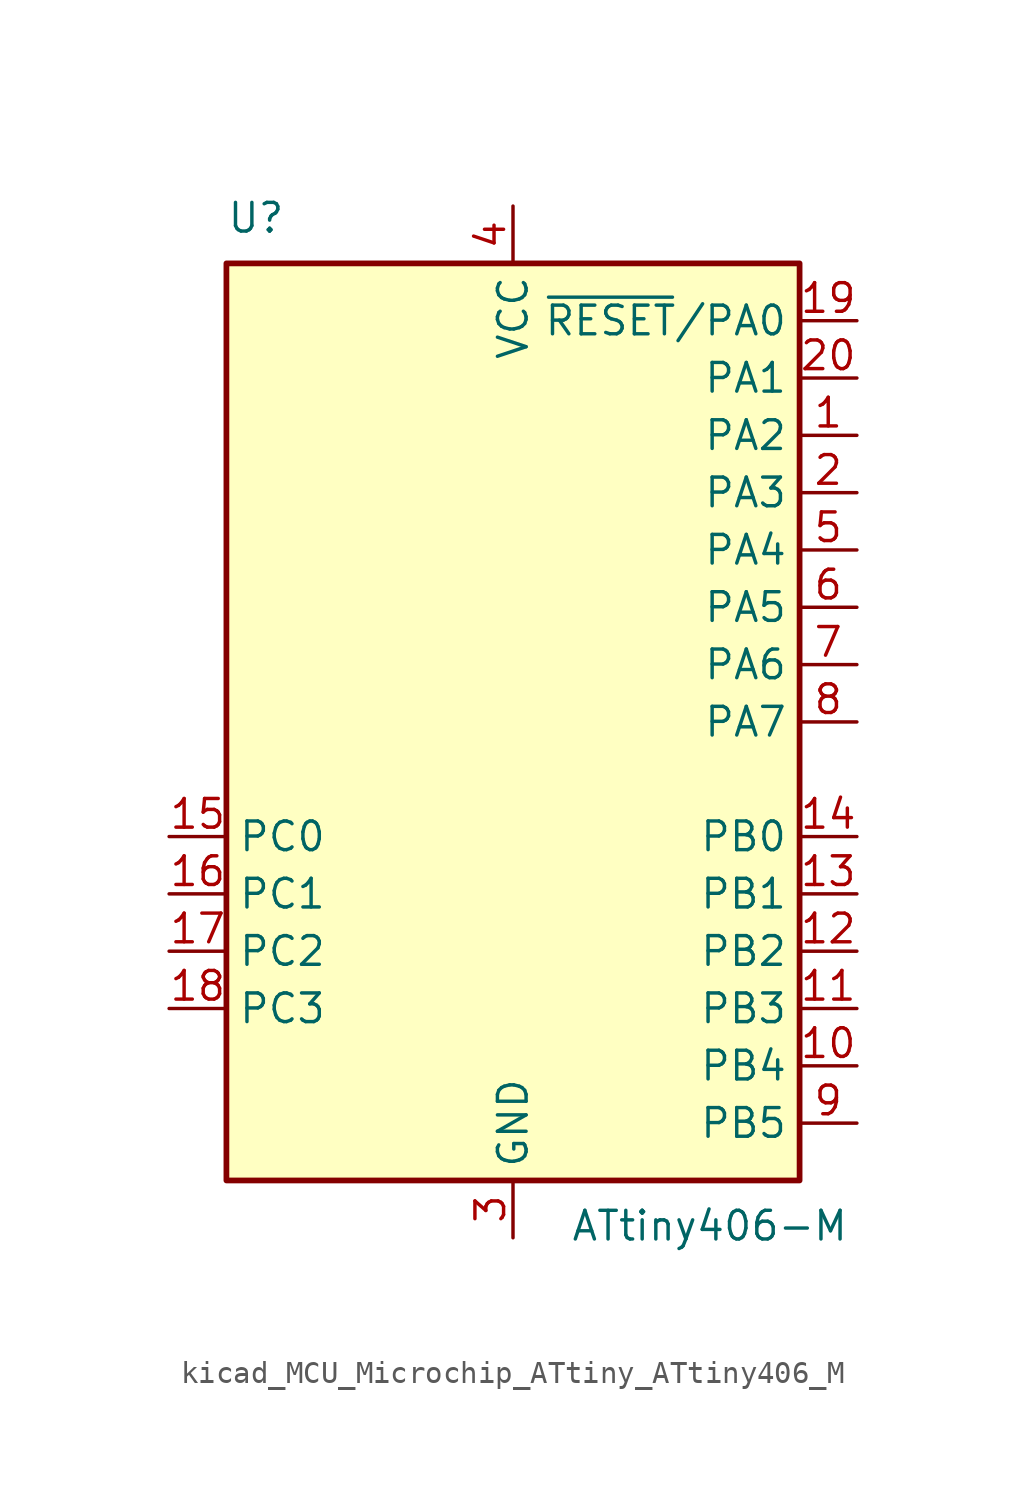
<source format=kicad_sym>
(kicad_symbol_lib
  (version 20220914)
  (generator kicad_symbol_editor)
  (symbol "kicad_MCU_Microchip_ATtiny_ATtiny406_M"
    (property "Reference" "U"
      (at -12.7 21.59 0)
      (effects (font (size 1.27 1.27)) (justify left bottom)))
    (property "Value" "ATtiny406-M"
      (at 2.54 -21.59 0)
      (effects (font (size 1.27 1.27)) (justify left top)))
    (symbol "kicad_MCU_Microchip_ATtiny_ATtiny406_M_0_1"
      (rectangle (start -12.7 -20.32) (end 12.7 20.32) (stroke (width 0.254) (type default)) (fill (type background))))
    (symbol "kicad_MCU_Microchip_ATtiny_ATtiny406_M_1_1"
      (pin bidirectional line (at 15.24 12.7 180) (length 2.54) (name "PA2" (effects (font (size 1.27 1.27)))) (number "1" (effects (font (size 1.27 1.27)))))
      (pin bidirectional line (at 15.24 -15.24 180) (length 2.54) (name "PB4" (effects (font (size 1.27 1.27)))) (number "10" (effects (font (size 1.27 1.27)))))
      (pin bidirectional line (at 15.24 -12.7 180) (length 2.54) (name "PB3" (effects (font (size 1.27 1.27)))) (number "11" (effects (font (size 1.27 1.27)))))
      (pin bidirectional line (at 15.24 -10.16 180) (length 2.54) (name "PB2" (effects (font (size 1.27 1.27)))) (number "12" (effects (font (size 1.27 1.27)))))
      (pin bidirectional line (at 15.24 -7.62 180) (length 2.54) (name "PB1" (effects (font (size 1.27 1.27)))) (number "13" (effects (font (size 1.27 1.27)))))
      (pin bidirectional line (at 15.24 -5.08 180) (length 2.54) (name "PB0" (effects (font (size 1.27 1.27)))) (number "14" (effects (font (size 1.27 1.27)))))
      (pin bidirectional line (at -15.24 -5.08 0) (length 2.54) (name "PC0" (effects (font (size 1.27 1.27)))) (number "15" (effects (font (size 1.27 1.27)))))
      (pin bidirectional line (at -15.24 -7.62 0) (length 2.54) (name "PC1" (effects (font (size 1.27 1.27)))) (number "16" (effects (font (size 1.27 1.27)))))
      (pin bidirectional line (at -15.24 -10.16 0) (length 2.54) (name "PC2" (effects (font (size 1.27 1.27)))) (number "17" (effects (font (size 1.27 1.27)))))
      (pin bidirectional line (at -15.24 -12.7 0) (length 2.54) (name "PC3" (effects (font (size 1.27 1.27)))) (number "18" (effects (font (size 1.27 1.27)))))
      (pin bidirectional line (at 15.24 17.78 180) (length 2.54) (name "~{RESET}/PA0" (effects (font (size 1.27 1.27)))) (number "19" (effects (font (size 1.27 1.27)))))
      (pin bidirectional line (at 15.24 10.16 180) (length 2.54) (name "PA3" (effects (font (size 1.27 1.27)))) (number "2" (effects (font (size 1.27 1.27)))))
      (pin bidirectional line (at 15.24 15.24 180) (length 2.54) (name "PA1" (effects (font (size 1.27 1.27)))) (number "20" (effects (font (size 1.27 1.27)))))
      (pin passive line (at 0 -22.86 90) (length 2.54) hide (name "GND" (effects (font (size 1.27 1.27)))) (number "21" (effects (font (size 1.27 1.27)))))
      (pin power_in line (at 0 -22.86 90) (length 2.54) (name "GND" (effects (font (size 1.27 1.27)))) (number "3" (effects (font (size 1.27 1.27)))))
      (pin power_in line (at 0 22.86 270) (length 2.54) (name "VCC" (effects (font (size 1.27 1.27)))) (number "4" (effects (font (size 1.27 1.27)))))
      (pin bidirectional line (at 15.24 7.62 180) (length 2.54) (name "PA4" (effects (font (size 1.27 1.27)))) (number "5" (effects (font (size 1.27 1.27)))))
      (pin bidirectional line (at 15.24 5.08 180) (length 2.54) (name "PA5" (effects (font (size 1.27 1.27)))) (number "6" (effects (font (size 1.27 1.27)))))
      (pin bidirectional line (at 15.24 2.54 180) (length 2.54) (name "PA6" (effects (font (size 1.27 1.27)))) (number "7" (effects (font (size 1.27 1.27)))))
      (pin bidirectional line (at 15.24 0 180) (length 2.54) (name "PA7" (effects (font (size 1.27 1.27)))) (number "8" (effects (font (size 1.27 1.27)))))
      (pin bidirectional line (at 15.24 -17.78 180) (length 2.54) (name "PB5" (effects (font (size 1.27 1.27)))) (number "9" (effects (font (size 1.27 1.27))))))))
</source>
